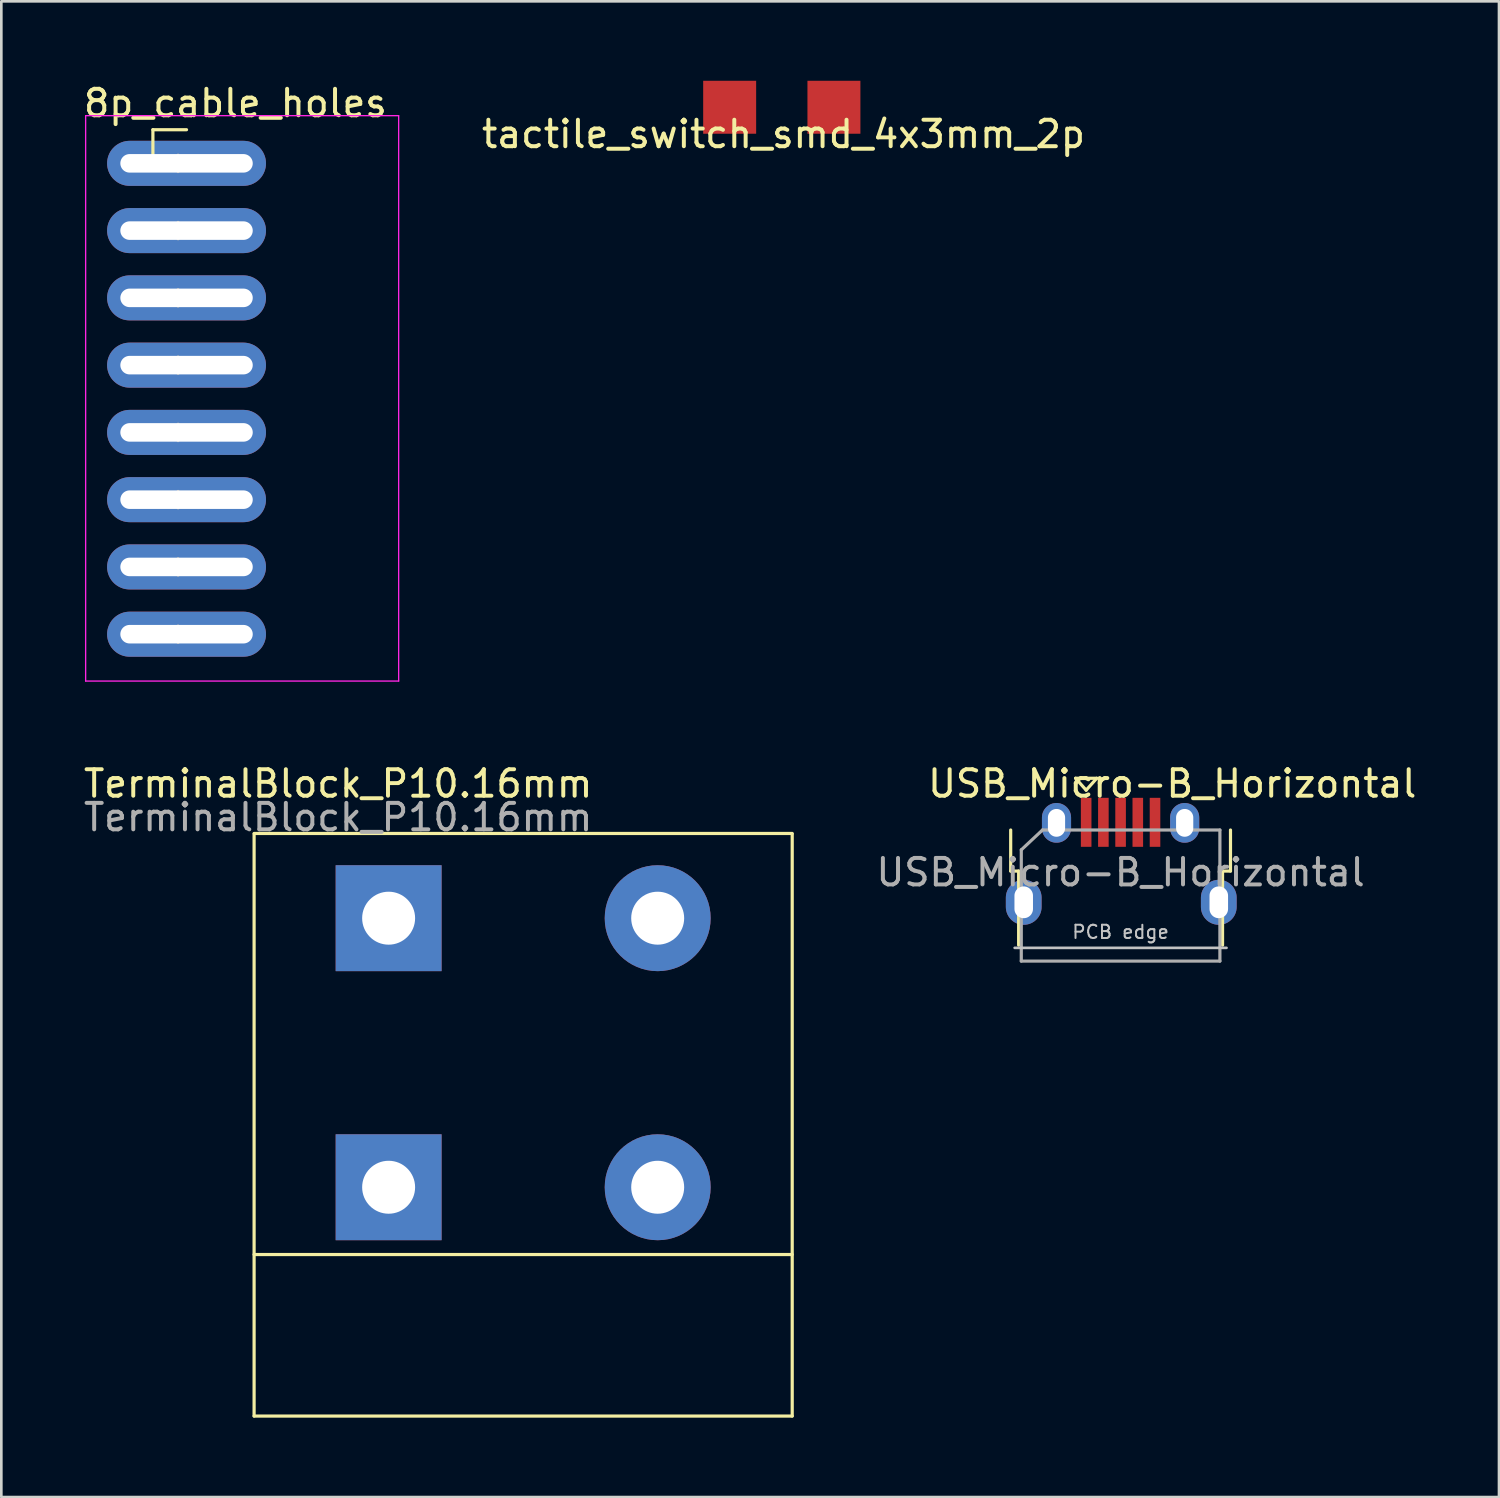
<source format=kicad_pcb>
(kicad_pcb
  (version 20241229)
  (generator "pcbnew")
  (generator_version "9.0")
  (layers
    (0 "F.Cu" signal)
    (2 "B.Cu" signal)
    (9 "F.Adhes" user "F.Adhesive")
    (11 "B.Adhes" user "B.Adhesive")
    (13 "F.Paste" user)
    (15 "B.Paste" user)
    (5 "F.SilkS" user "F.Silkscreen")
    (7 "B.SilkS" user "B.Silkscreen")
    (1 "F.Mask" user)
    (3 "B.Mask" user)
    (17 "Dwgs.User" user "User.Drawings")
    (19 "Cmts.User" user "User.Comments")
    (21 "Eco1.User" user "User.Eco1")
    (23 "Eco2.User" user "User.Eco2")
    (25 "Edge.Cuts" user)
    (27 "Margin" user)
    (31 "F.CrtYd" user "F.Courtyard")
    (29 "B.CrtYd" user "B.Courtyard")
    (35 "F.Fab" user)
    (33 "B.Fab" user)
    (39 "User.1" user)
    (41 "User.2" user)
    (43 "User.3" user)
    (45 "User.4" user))
  (footprint "8p_cable_holes"
    (layer "F.Cu")
    (at 3.994 3.118)
    (property "Reference" "8p_cable_holes" (at 1.845 -2.27 0) (layer "F.SilkS") (effects (font (size 1 1) (thickness 0.15))))
    (attr through_hole)
    (fp_line (start -1.27 -1.27) (end 0 -1.27) (stroke (width 0.12) (type solid)) (layer "F.SilkS"))
    (fp_line (start -1.27 0) (end -1.27 -1.27) (stroke (width 0.12) (type solid)) (layer "F.SilkS"))
    (fp_line (start -3.81 -1.8) (end -3.81 19.55) (stroke (width 0.05) (type solid)) (layer "F.CrtYd"))
    (fp_line (start -3.81 19.55) (end 8.01 19.55) (stroke (width 0.05) (type solid)) (layer "F.CrtYd"))
    (fp_line (start 8.01 -1.8) (end -3.81 -1.8) (stroke (width 0.05) (type solid)) (layer "F.CrtYd"))
    (fp_line (start 8.01 19.55) (end 8.01 -1.8) (stroke (width 0.05) (type solid)) (layer "F.CrtYd"))
    (fp_line (start -0.32 -0.32) (end -0.32 0.32) (stroke (width 0.1) (type solid)) (layer "F.Fab"))
    (fp_line (start -0.32 2.22) (end -0.32 2.86) (stroke (width 0.1) (type solid)) (layer "F.Fab"))
    (fp_line (start -0.32 4.76) (end -0.32 5.4) (stroke (width 0.1) (type solid)) (layer "F.Fab"))
    (fp_line (start -0.32 7.3) (end -0.32 7.94) (stroke (width 0.1) (type solid)) (layer "F.Fab"))
    (fp_line (start -0.32 9.84) (end -0.32 10.48) (stroke (width 0.1) (type solid)) (layer "F.Fab"))
    (fp_line (start -0.32 12.38) (end -0.32 13.02) (stroke (width 0.1) (type solid)) (layer "F.Fab"))
    (fp_line (start -0.32 14.92) (end -0.32 15.56) (stroke (width 0.1) (type solid)) (layer "F.Fab"))
    (fp_line (start -0.32 17.46) (end -0.32 18.1) (stroke (width 0.1) (type solid)) (layer "F.Fab"))
    (pad "1" thru_hole oval (at 0 0) (size 6 1.7) (drill oval 5 0.7) (layers "*.Cu" "*.Mask"))
    (pad "2" thru_hole oval (at 0 2.54) (size 6 1.7) (drill oval 5 0.7) (layers "*.Cu" "*.Mask"))
    (pad "3" thru_hole oval (at 0 5.08) (size 6 1.7) (drill oval 5 0.7) (layers "*.Cu" "*.Mask"))
    (pad "4" thru_hole oval (at 0 7.62) (size 6 1.7) (drill oval 5 0.7) (layers "*.Cu" "*.Mask"))
    (pad "5" thru_hole oval (at 0 10.16) (size 6 1.7) (drill oval 5 0.7) (layers "*.Cu" "*.Mask"))
    (pad "6" thru_hole oval (at 0 12.7) (size 6 1.7) (drill oval 5 0.7) (layers "*.Cu" "*.Mask"))
    (pad "7" thru_hole oval (at 0 15.24) (size 6 1.7) (drill oval 5 0.7) (layers "*.Cu" "*.Mask"))
    (pad "8" thru_hole oval (at 0 17.78) (size 6 1.7) (drill oval 5 0.7) (layers "*.Cu" "*.Mask")))
  (footprint "TerminalBlock_P10.16mm"
    (layer "F.Cu")
    (at 11.625 41.782)
    (property "Reference" "TerminalBlock_P10.16mm" (at -1.905 -15.24 0) (layer "F.SilkS") (effects (font (size 1 1) (thickness 0.15))))
    (attr through_hole)
    (fp_line (start -5.08 -13.335) (end -5.08 8.64) (stroke (width 0.12) (type solid)) (layer "F.SilkS"))
    (fp_line (start -5.08 8.64) (end 15.24 8.64) (stroke (width 0.12) (type solid)) (layer "F.SilkS"))
    (fp_line (start 15.24 -13.36) (end -5.08 -13.36) (stroke (width 0.12) (type solid)) (layer "F.SilkS"))
    (fp_line (start 15.24 2.54) (end -5.08 2.54) (stroke (width 0.12) (type solid)) (layer "F.SilkS"))
    (fp_line (start 15.24 8.64) (end 15.24 -13.335) (stroke (width 0.12) (type solid)) (layer "F.SilkS"))
    (fp_text user "${REFERENCE}" (at -1.905 -13.97 0) (layer "F.Fab") (effects (font (size 1 1) (thickness 0.15))))
    (pad "1" thru_hole rect (at 0 -10.16) (size 4 4) (drill 2) (layers "*.Cu" "*.Mask"))
    (pad "1" thru_hole rect (at 0 0) (size 4 4) (drill 2) (layers "*.Cu" "*.Mask"))
    (pad "2" thru_hole circle (at 10.16 -10.16) (size 4 4) (drill 2) (layers "*.Cu" "*.Mask"))
    (pad "2" thru_hole circle (at 10.16 0) (size 4 4) (drill 2) (layers "*.Cu" "*.Mask")))
  (footprint "tactile_switch_smd_4x3mm_2p"
    (layer "F.Cu")
    (at 26.535 1)
    (property "Reference" "tactile_switch_smd_4x3mm_2p" (at 0 1.016 0) (layer "F.SilkS") (effects (font (size 1 1) (thickness 0.15))))
    (attr through_hole)
    (pad "1" smd rect (at -2.032 0) (size 2 2) (layers "F.Cu" "F.Mask" "F.Paste"))
    (pad "2" smd rect (at 1.905 0) (size 2 2) (layers "F.Cu" "F.Mask" "F.Paste")))
  (footprint "USB_Micro-B_Horizontal"
    (layer "F.Cu")
    (at 39.29 29.907)
    (property "Reference" "USB_Micro-B_Horizontal" (at 1.925 -3.365 0) (layer "F.SilkS") (effects (font (size 1 1) (thickness 0.15))))
    (attr smd)
    (fp_line (start -4.175 -0.065) (end -4.175 -1.615) (stroke (width 0.12) (type solid)) (layer "F.SilkS"))
    (fp_line (start -4.175 -0.065) (end -3.875 -0.065) (stroke (width 0.12) (type solid)) (layer "F.SilkS"))
    (fp_line (start -3.875 2.735) (end -3.875 -0.065) (stroke (width 0.12) (type solid)) (layer "F.SilkS"))
    (fp_line (start -1.725 -3.569) (end -0.925 -3.569) (stroke (width 0.12) (type solid)) (layer "F.SilkS"))
    (fp_line (start -1.325 -3.119) (end -1.725 -3.569) (stroke (width 0.12) (type solid)) (layer "F.SilkS"))
    (fp_line (start -0.925 -3.569) (end -1.325 -3.119) (stroke (width 0.12) (type solid)) (layer "F.SilkS"))
    (fp_line (start 3.825 -0.065) (end 4.125 -0.065) (stroke (width 0.12) (type solid)) (layer "F.SilkS"))
    (fp_line (start 3.825 2.735) (end 3.825 -0.065) (stroke (width 0.12) (type solid)) (layer "F.SilkS"))
    (fp_line (start 4.125 -0.065) (end 4.125 -1.615) (stroke (width 0.12) (type solid)) (layer "F.SilkS"))
    (fp_line (start -4.025 2.835) (end 3.975 2.835) (stroke (width 0.1) (type solid)) (layer "Dwgs.User"))
    (fp_line (start -3.775 -0.865) (end -2.975 -1.615) (stroke (width 0.12) (type solid)) (layer "F.Fab"))
    (fp_line (start -3.775 3.335) (end -3.775 -0.865) (stroke (width 0.12) (type solid)) (layer "F.Fab"))
    (fp_line (start -2.975 -1.615) (end 3.725 -1.615) (stroke (width 0.12) (type solid)) (layer "F.Fab"))
    (fp_line (start 3.725 -1.615) (end 3.725 3.335) (stroke (width 0.12) (type solid)) (layer "F.Fab"))
    (fp_line (start 3.725 3.335) (end -3.775 3.335) (stroke (width 0.12) (type solid)) (layer "F.Fab"))
    (fp_text user "PCB edge" (at -0.025 2.235 0) (layer "Dwgs.User") (effects (font (size 0.5 0.5) (thickness 0.075))))
    (fp_text user "${REFERENCE}" (at -0.025 -0.015 0) (layer "F.Fab") (effects (font (size 1 1) (thickness 0.15))))
    (pad "1" smd rect (at -1.325 -1.905 90) (size 1.85 0.4) (layers "F.Cu" "F.Mask" "F.Paste"))
    (pad "2" smd rect (at -0.675 -1.905 90) (size 1.85 0.4) (layers "F.Cu" "F.Mask" "F.Paste"))
    (pad "3" smd rect (at -0.025 -1.905 90) (size 1.85 0.4) (layers "F.Cu" "F.Mask" "F.Paste"))
    (pad "4" smd rect (at 0.625 -1.905 90) (size 1.85 0.4) (layers "F.Cu" "F.Mask" "F.Paste"))
    (pad "5" smd rect (at 1.275 -1.905 90) (size 1.85 0.4) (layers "F.Cu" "F.Mask" "F.Paste"))
    (pad "6" thru_hole oval (at -3.683 1.115 90) (size 1.7 1.35) (drill oval 1.2 0.7) (layers "*.Cu" "*.Mask"))
    (pad "6" thru_hole oval (at -2.445 -1.885 90) (size 1.5 1.1) (drill oval 1.05 0.65) (layers "*.Cu" "*.Mask"))
    (pad "6" thru_hole oval (at 2.395 -1.885 90) (size 1.5 1.1) (drill oval 1.05 0.65) (layers "*.Cu" "*.Mask"))
    (pad "6" thru_hole oval (at 3.683 1.115 90) (size 1.7 1.35) (drill oval 1.2 0.7) (layers "*.Cu" "*.Mask")))
  (gr_rect
    (start -3 -3)
    (end 53.554 53.481)
    (stroke (width 0.1) (type default))
    (fill no)
    (layer "Edge.Cuts")))
</source>
